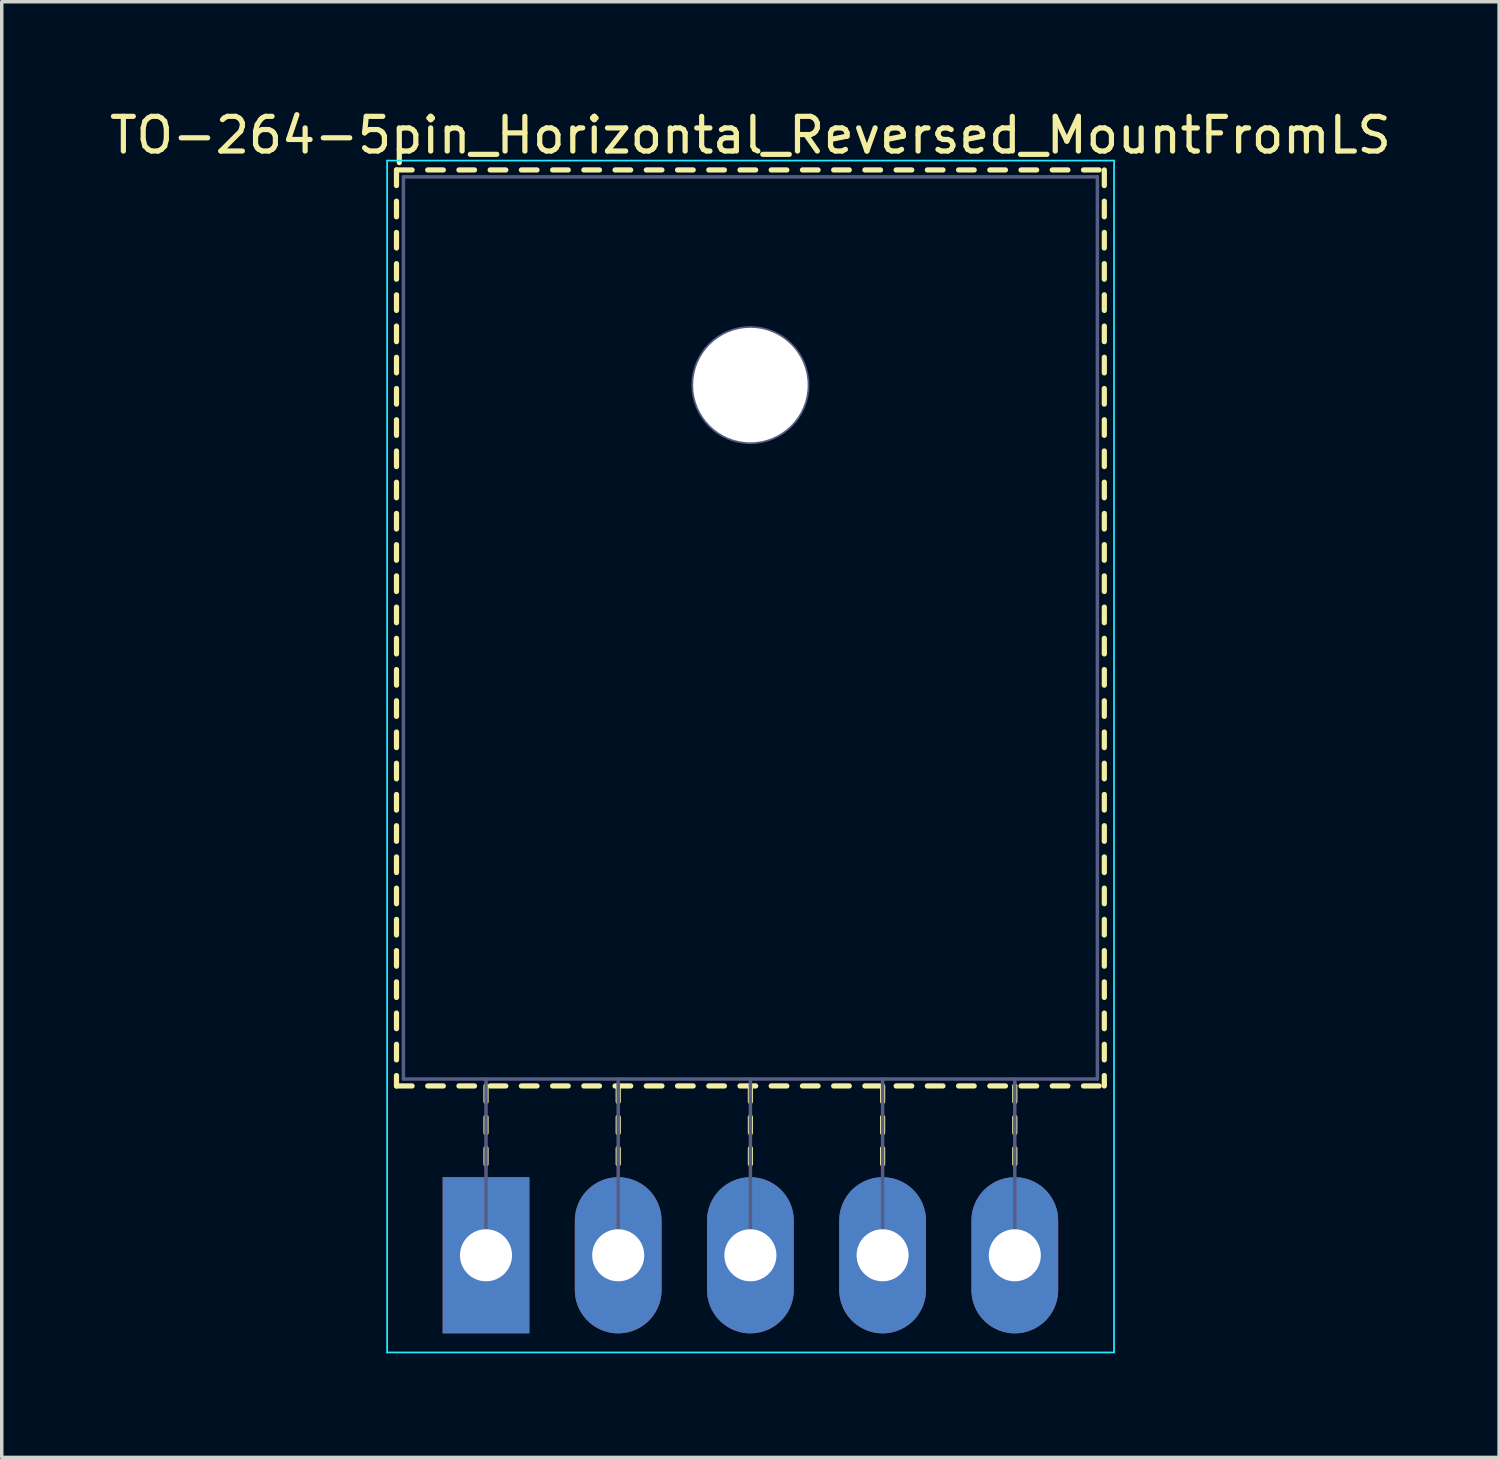
<source format=kicad_pcb>
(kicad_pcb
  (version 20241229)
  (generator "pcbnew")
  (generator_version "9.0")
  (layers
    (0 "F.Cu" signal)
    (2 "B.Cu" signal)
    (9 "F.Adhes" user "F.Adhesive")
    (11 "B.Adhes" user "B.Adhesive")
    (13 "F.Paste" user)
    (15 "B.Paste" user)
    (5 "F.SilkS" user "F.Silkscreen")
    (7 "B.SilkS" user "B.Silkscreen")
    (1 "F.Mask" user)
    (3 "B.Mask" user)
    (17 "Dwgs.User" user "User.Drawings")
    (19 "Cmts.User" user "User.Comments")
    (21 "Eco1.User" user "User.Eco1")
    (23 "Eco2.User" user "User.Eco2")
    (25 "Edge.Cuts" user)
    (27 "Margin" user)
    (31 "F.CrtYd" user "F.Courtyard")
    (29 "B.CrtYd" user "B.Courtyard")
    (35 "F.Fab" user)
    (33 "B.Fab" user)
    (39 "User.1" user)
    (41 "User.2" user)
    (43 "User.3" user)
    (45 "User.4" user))
  (footprint "TO-264-5pin_Horizontal_Reversed_MountFromLS"
    (layer "F.Cu")
    (at 10.957 33.128)
    (property "Reference" "TO-264-5pin_Horizontal_Reversed_MountFromLS" (at 7.62 -32.28 0) (layer "F.SilkS") (effects (font (size 1 1) (thickness 0.15))))
    (attr through_hole)
    (fp_line (start -2.58 -31.28) (end -2.58 -30.83) (stroke (width 0.15) (type solid)) (layer "F.SilkS"))
    (fp_line (start -2.58 -31.28) (end -2.13 -31.28) (stroke (width 0.15) (type solid)) (layer "F.SilkS"))
    (fp_line (start -2.58 -30.38) (end -2.58 -29.93) (stroke (width 0.15) (type solid)) (layer "F.SilkS"))
    (fp_line (start -2.58 -29.48) (end -2.58 -29.03) (stroke (width 0.15) (type solid)) (layer "F.SilkS"))
    (fp_line (start -2.58 -28.58) (end -2.58 -28.131) (stroke (width 0.15) (type solid)) (layer "F.SilkS"))
    (fp_line (start -2.58 -27.681) (end -2.58 -27.231) (stroke (width 0.15) (type solid)) (layer "F.SilkS"))
    (fp_line (start -2.58 -26.781) (end -2.58 -26.331) (stroke (width 0.15) (type solid)) (layer "F.SilkS"))
    (fp_line (start -2.58 -25.881) (end -2.58 -25.431) (stroke (width 0.15) (type solid)) (layer "F.SilkS"))
    (fp_line (start -2.58 -24.981) (end -2.58 -24.531) (stroke (width 0.15) (type solid)) (layer "F.SilkS"))
    (fp_line (start -2.58 -24.081) (end -2.58 -23.631) (stroke (width 0.15) (type solid)) (layer "F.SilkS"))
    (fp_line (start -2.58 -23.181) (end -2.58 -22.731) (stroke (width 0.15) (type solid)) (layer "F.SilkS"))
    (fp_line (start -2.58 -22.281) (end -2.58 -21.831) (stroke (width 0.15) (type solid)) (layer "F.SilkS"))
    (fp_line (start -2.58 -21.381) (end -2.58 -20.931) (stroke (width 0.15) (type solid)) (layer "F.SilkS"))
    (fp_line (start -2.58 -20.481) (end -2.58 -20.031) (stroke (width 0.15) (type solid)) (layer "F.SilkS"))
    (fp_line (start -2.58 -19.581) (end -2.58 -19.131) (stroke (width 0.15) (type solid)) (layer "F.SilkS"))
    (fp_line (start -2.58 -18.681) (end -2.58 -18.231) (stroke (width 0.15) (type solid)) (layer "F.SilkS"))
    (fp_line (start -2.58 -17.781) (end -2.58 -17.331) (stroke (width 0.15) (type solid)) (layer "F.SilkS"))
    (fp_line (start -2.58 -16.881) (end -2.58 -16.431) (stroke (width 0.15) (type solid)) (layer "F.SilkS"))
    (fp_line (start -2.58 -15.981) (end -2.58 -15.531) (stroke (width 0.15) (type solid)) (layer "F.SilkS"))
    (fp_line (start -2.58 -15.081) (end -2.58 -14.631) (stroke (width 0.15) (type solid)) (layer "F.SilkS"))
    (fp_line (start -2.58 -14.181) (end -2.58 -13.731) (stroke (width 0.15) (type solid)) (layer "F.SilkS"))
    (fp_line (start -2.58 -13.281) (end -2.58 -12.831) (stroke (width 0.15) (type solid)) (layer "F.SilkS"))
    (fp_line (start -2.58 -12.381) (end -2.58 -11.931) (stroke (width 0.15) (type solid)) (layer "F.SilkS"))
    (fp_line (start -2.58 -11.481) (end -2.58 -11.031) (stroke (width 0.15) (type solid)) (layer "F.SilkS"))
    (fp_line (start -2.58 -10.581) (end -2.58 -10.131) (stroke (width 0.15) (type solid)) (layer "F.SilkS"))
    (fp_line (start -2.58 -9.681) (end -2.58 -9.231) (stroke (width 0.15) (type solid)) (layer "F.SilkS"))
    (fp_line (start -2.58 -8.781) (end -2.58 -8.331) (stroke (width 0.15) (type solid)) (layer "F.SilkS"))
    (fp_line (start -2.58 -7.881) (end -2.58 -7.431) (stroke (width 0.15) (type solid)) (layer "F.SilkS"))
    (fp_line (start -2.58 -6.981) (end -2.58 -6.531) (stroke (width 0.15) (type solid)) (layer "F.SilkS"))
    (fp_line (start -2.58 -6.081) (end -2.58 -5.631) (stroke (width 0.15) (type solid)) (layer "F.SilkS"))
    (fp_line (start -2.58 -5.181) (end -2.58 -4.88) (stroke (width 0.15) (type solid)) (layer "F.SilkS"))
    (fp_line (start -2.58 -4.88) (end -2.13 -4.88) (stroke (width 0.15) (type solid)) (layer "F.SilkS"))
    (fp_line (start -1.68 -31.28) (end -1.23 -31.28) (stroke (width 0.15) (type solid)) (layer "F.SilkS"))
    (fp_line (start -1.68 -4.88) (end -1.23 -4.88) (stroke (width 0.15) (type solid)) (layer "F.SilkS"))
    (fp_line (start -0.78 -31.28) (end -0.331 -31.28) (stroke (width 0.15) (type solid)) (layer "F.SilkS"))
    (fp_line (start -0.78 -4.88) (end -0.331 -4.88) (stroke (width 0.15) (type solid)) (layer "F.SilkS"))
    (fp_line (start 0 -4.88) (end 0 -4.43) (stroke (width 0.15) (type solid)) (layer "F.SilkS"))
    (fp_line (start 0 -3.98) (end 0 -3.53) (stroke (width 0.15) (type solid)) (layer "F.SilkS"))
    (fp_line (start 0 -3.08) (end 0 -2.63) (stroke (width 0.15) (type solid)) (layer "F.SilkS"))
    (fp_line (start 0.12 -31.28) (end 0.57 -31.28) (stroke (width 0.15) (type solid)) (layer "F.SilkS"))
    (fp_line (start 0.12 -4.88) (end 0.57 -4.88) (stroke (width 0.15) (type solid)) (layer "F.SilkS"))
    (fp_line (start 1.02 -31.28) (end 1.47 -31.28) (stroke (width 0.15) (type solid)) (layer "F.SilkS"))
    (fp_line (start 1.02 -4.88) (end 1.47 -4.88) (stroke (width 0.15) (type solid)) (layer "F.SilkS"))
    (fp_line (start 1.92 -31.28) (end 2.37 -31.28) (stroke (width 0.15) (type solid)) (layer "F.SilkS"))
    (fp_line (start 1.92 -4.88) (end 2.37 -4.88) (stroke (width 0.15) (type solid)) (layer "F.SilkS"))
    (fp_line (start 2.82 -31.28) (end 3.27 -31.28) (stroke (width 0.15) (type solid)) (layer "F.SilkS"))
    (fp_line (start 2.82 -4.88) (end 3.27 -4.88) (stroke (width 0.15) (type solid)) (layer "F.SilkS"))
    (fp_line (start 3.72 -31.28) (end 4.17 -31.28) (stroke (width 0.15) (type solid)) (layer "F.SilkS"))
    (fp_line (start 3.72 -4.88) (end 4.17 -4.88) (stroke (width 0.15) (type solid)) (layer "F.SilkS"))
    (fp_line (start 3.81 -4.88) (end 3.81 -4.43) (stroke (width 0.15) (type solid)) (layer "F.SilkS"))
    (fp_line (start 3.81 -3.98) (end 3.81 -3.53) (stroke (width 0.15) (type solid)) (layer "F.SilkS"))
    (fp_line (start 3.81 -3.08) (end 3.81 -2.63) (stroke (width 0.15) (type solid)) (layer "F.SilkS"))
    (fp_line (start 4.62 -31.28) (end 5.07 -31.28) (stroke (width 0.15) (type solid)) (layer "F.SilkS"))
    (fp_line (start 4.62 -4.88) (end 5.07 -4.88) (stroke (width 0.15) (type solid)) (layer "F.SilkS"))
    (fp_line (start 5.52 -31.28) (end 5.971 -31.28) (stroke (width 0.15) (type solid)) (layer "F.SilkS"))
    (fp_line (start 5.52 -4.88) (end 5.971 -4.88) (stroke (width 0.15) (type solid)) (layer "F.SilkS"))
    (fp_line (start 6.421 -31.28) (end 6.871 -31.28) (stroke (width 0.15) (type solid)) (layer "F.SilkS"))
    (fp_line (start 6.421 -4.88) (end 6.871 -4.88) (stroke (width 0.15) (type solid)) (layer "F.SilkS"))
    (fp_line (start 7.321 -31.28) (end 7.771 -31.28) (stroke (width 0.15) (type solid)) (layer "F.SilkS"))
    (fp_line (start 7.321 -4.88) (end 7.771 -4.88) (stroke (width 0.15) (type solid)) (layer "F.SilkS"))
    (fp_line (start 7.62 -4.88) (end 7.62 -4.43) (stroke (width 0.15) (type solid)) (layer "F.SilkS"))
    (fp_line (start 7.62 -3.98) (end 7.62 -3.53) (stroke (width 0.15) (type solid)) (layer "F.SilkS"))
    (fp_line (start 7.62 -3.08) (end 7.62 -2.63) (stroke (width 0.15) (type solid)) (layer "F.SilkS"))
    (fp_line (start 8.22 -31.28) (end 8.67 -31.28) (stroke (width 0.15) (type solid)) (layer "F.SilkS"))
    (fp_line (start 8.22 -4.88) (end 8.67 -4.88) (stroke (width 0.15) (type solid)) (layer "F.SilkS"))
    (fp_line (start 9.12 -31.28) (end 9.57 -31.28) (stroke (width 0.15) (type solid)) (layer "F.SilkS"))
    (fp_line (start 9.12 -4.88) (end 9.57 -4.88) (stroke (width 0.15) (type solid)) (layer "F.SilkS"))
    (fp_line (start 10.02 -31.28) (end 10.47 -31.28) (stroke (width 0.15) (type solid)) (layer "F.SilkS"))
    (fp_line (start 10.02 -4.88) (end 10.47 -4.88) (stroke (width 0.15) (type solid)) (layer "F.SilkS"))
    (fp_line (start 10.92 -31.28) (end 11.37 -31.28) (stroke (width 0.15) (type solid)) (layer "F.SilkS"))
    (fp_line (start 10.92 -4.88) (end 11.37 -4.88) (stroke (width 0.15) (type solid)) (layer "F.SilkS"))
    (fp_line (start 11.43 -4.88) (end 11.43 -4.43) (stroke (width 0.15) (type solid)) (layer "F.SilkS"))
    (fp_line (start 11.43 -3.98) (end 11.43 -3.53) (stroke (width 0.15) (type solid)) (layer "F.SilkS"))
    (fp_line (start 11.43 -3.08) (end 11.43 -2.63) (stroke (width 0.15) (type solid)) (layer "F.SilkS"))
    (fp_line (start 11.82 -31.28) (end 12.27 -31.28) (stroke (width 0.15) (type solid)) (layer "F.SilkS"))
    (fp_line (start 11.82 -4.88) (end 12.27 -4.88) (stroke (width 0.15) (type solid)) (layer "F.SilkS"))
    (fp_line (start 12.72 -31.28) (end 13.17 -31.28) (stroke (width 0.15) (type solid)) (layer "F.SilkS"))
    (fp_line (start 12.72 -4.88) (end 13.17 -4.88) (stroke (width 0.15) (type solid)) (layer "F.SilkS"))
    (fp_line (start 13.62 -31.28) (end 14.07 -31.28) (stroke (width 0.15) (type solid)) (layer "F.SilkS"))
    (fp_line (start 13.62 -4.88) (end 14.07 -4.88) (stroke (width 0.15) (type solid)) (layer "F.SilkS"))
    (fp_line (start 14.52 -31.28) (end 14.97 -31.28) (stroke (width 0.15) (type solid)) (layer "F.SilkS"))
    (fp_line (start 14.52 -4.88) (end 14.97 -4.88) (stroke (width 0.15) (type solid)) (layer "F.SilkS"))
    (fp_line (start 15.24 -4.88) (end 15.24 -4.43) (stroke (width 0.15) (type solid)) (layer "F.SilkS"))
    (fp_line (start 15.24 -3.98) (end 15.24 -3.53) (stroke (width 0.15) (type solid)) (layer "F.SilkS"))
    (fp_line (start 15.24 -3.08) (end 15.24 -2.63) (stroke (width 0.15) (type solid)) (layer "F.SilkS"))
    (fp_line (start 15.42 -31.28) (end 15.87 -31.28) (stroke (width 0.15) (type solid)) (layer "F.SilkS"))
    (fp_line (start 15.42 -4.88) (end 15.87 -4.88) (stroke (width 0.15) (type solid)) (layer "F.SilkS"))
    (fp_line (start 16.32 -31.28) (end 16.77 -31.28) (stroke (width 0.15) (type solid)) (layer "F.SilkS"))
    (fp_line (start 16.32 -4.88) (end 16.77 -4.88) (stroke (width 0.15) (type solid)) (layer "F.SilkS"))
    (fp_line (start 17.22 -31.28) (end 17.67 -31.28) (stroke (width 0.15) (type solid)) (layer "F.SilkS"))
    (fp_line (start 17.22 -4.88) (end 17.67 -4.88) (stroke (width 0.15) (type solid)) (layer "F.SilkS"))
    (fp_line (start 17.82 -31.28) (end 17.82 -30.83) (stroke (width 0.15) (type solid)) (layer "F.SilkS"))
    (fp_line (start 17.82 -30.38) (end 17.82 -29.93) (stroke (width 0.15) (type solid)) (layer "F.SilkS"))
    (fp_line (start 17.82 -29.48) (end 17.82 -29.03) (stroke (width 0.15) (type solid)) (layer "F.SilkS"))
    (fp_line (start 17.82 -28.58) (end 17.82 -28.131) (stroke (width 0.15) (type solid)) (layer "F.SilkS"))
    (fp_line (start 17.82 -27.681) (end 17.82 -27.231) (stroke (width 0.15) (type solid)) (layer "F.SilkS"))
    (fp_line (start 17.82 -26.781) (end 17.82 -26.331) (stroke (width 0.15) (type solid)) (layer "F.SilkS"))
    (fp_line (start 17.82 -25.881) (end 17.82 -25.431) (stroke (width 0.15) (type solid)) (layer "F.SilkS"))
    (fp_line (start 17.82 -24.981) (end 17.82 -24.531) (stroke (width 0.15) (type solid)) (layer "F.SilkS"))
    (fp_line (start 17.82 -24.081) (end 17.82 -23.631) (stroke (width 0.15) (type solid)) (layer "F.SilkS"))
    (fp_line (start 17.82 -23.181) (end 17.82 -22.731) (stroke (width 0.15) (type solid)) (layer "F.SilkS"))
    (fp_line (start 17.82 -22.281) (end 17.82 -21.831) (stroke (width 0.15) (type solid)) (layer "F.SilkS"))
    (fp_line (start 17.82 -21.381) (end 17.82 -20.931) (stroke (width 0.15) (type solid)) (layer "F.SilkS"))
    (fp_line (start 17.82 -20.481) (end 17.82 -20.031) (stroke (width 0.15) (type solid)) (layer "F.SilkS"))
    (fp_line (start 17.82 -19.581) (end 17.82 -19.131) (stroke (width 0.15) (type solid)) (layer "F.SilkS"))
    (fp_line (start 17.82 -18.681) (end 17.82 -18.231) (stroke (width 0.15) (type solid)) (layer "F.SilkS"))
    (fp_line (start 17.82 -17.781) (end 17.82 -17.331) (stroke (width 0.15) (type solid)) (layer "F.SilkS"))
    (fp_line (start 17.82 -16.881) (end 17.82 -16.431) (stroke (width 0.15) (type solid)) (layer "F.SilkS"))
    (fp_line (start 17.82 -15.981) (end 17.82 -15.531) (stroke (width 0.15) (type solid)) (layer "F.SilkS"))
    (fp_line (start 17.82 -15.081) (end 17.82 -14.631) (stroke (width 0.15) (type solid)) (layer "F.SilkS"))
    (fp_line (start 17.82 -14.181) (end 17.82 -13.731) (stroke (width 0.15) (type solid)) (layer "F.SilkS"))
    (fp_line (start 17.82 -13.281) (end 17.82 -12.831) (stroke (width 0.15) (type solid)) (layer "F.SilkS"))
    (fp_line (start 17.82 -12.381) (end 17.82 -11.931) (stroke (width 0.15) (type solid)) (layer "F.SilkS"))
    (fp_line (start 17.82 -11.481) (end 17.82 -11.031) (stroke (width 0.15) (type solid)) (layer "F.SilkS"))
    (fp_line (start 17.82 -10.581) (end 17.82 -10.131) (stroke (width 0.15) (type solid)) (layer "F.SilkS"))
    (fp_line (start 17.82 -9.681) (end 17.82 -9.231) (stroke (width 0.15) (type solid)) (layer "F.SilkS"))
    (fp_line (start 17.82 -8.781) (end 17.82 -8.331) (stroke (width 0.15) (type solid)) (layer "F.SilkS"))
    (fp_line (start 17.82 -7.881) (end 17.82 -7.431) (stroke (width 0.15) (type solid)) (layer "F.SilkS"))
    (fp_line (start 17.82 -6.981) (end 17.82 -6.531) (stroke (width 0.15) (type solid)) (layer "F.SilkS"))
    (fp_line (start 17.82 -6.081) (end 17.82 -5.631) (stroke (width 0.15) (type solid)) (layer "F.SilkS"))
    (fp_line (start 17.82 -5.181) (end 17.82 -4.88) (stroke (width 0.15) (type solid)) (layer "F.SilkS"))
    (fp_line (start -2.85 -31.55) (end -2.85 2.8) (stroke (width 0.05) (type solid)) (layer "B.CrtYd"))
    (fp_line (start -2.85 2.8) (end 18.1 2.8) (stroke (width 0.05) (type solid)) (layer "B.CrtYd"))
    (fp_line (start 18.1 -31.55) (end -2.85 -31.55) (stroke (width 0.05) (type solid)) (layer "B.CrtYd"))
    (fp_line (start 18.1 2.8) (end 18.1 -31.55) (stroke (width 0.05) (type solid)) (layer "B.CrtYd"))
    (fp_line (start -2.38 -31.08) (end 17.62 -31.08) (stroke (width 0.1) (type solid)) (layer "B.Fab"))
    (fp_line (start -2.38 -5.08) (end -2.38 -31.08) (stroke (width 0.1) (type solid)) (layer "B.Fab"))
    (fp_line (start 0 -5.08) (end 0 0) (stroke (width 0.1) (type solid)) (layer "B.Fab"))
    (fp_line (start 3.81 -5.08) (end 3.81 0) (stroke (width 0.1) (type solid)) (layer "B.Fab"))
    (fp_line (start 7.62 -5.08) (end 7.62 0) (stroke (width 0.1) (type solid)) (layer "B.Fab"))
    (fp_line (start 11.43 -5.08) (end 11.43 0) (stroke (width 0.1) (type solid)) (layer "B.Fab"))
    (fp_line (start 15.24 -5.08) (end 15.24 0) (stroke (width 0.1) (type solid)) (layer "B.Fab"))
    (fp_line (start 17.62 -31.08) (end 17.62 -5.08) (stroke (width 0.1) (type solid)) (layer "B.Fab"))
    (fp_line (start 17.62 -5.08) (end -2.38 -5.08) (stroke (width 0.1) (type solid)) (layer "B.Fab"))
    (fp_circle (center 7.62 -25.08) (end 9.27 -25.08) (stroke (width 0.1) (type solid)) (fill no) (layer "B.Fab"))
    (pad "" np_thru_hole oval (at 7.62 -25.08) (size 3.3 3.3) (drill 3.3) (layers "*.Cu" "*.Mask"))
    (pad "1" thru_hole rect (at 0 0) (size 2.5 4.5) (drill 1.5) (layers "*.Cu" "*.Mask"))
    (pad "2" thru_hole oval (at 3.81 0) (size 2.5 4.5) (drill 1.5) (layers "*.Cu" "*.Mask"))
    (pad "3" thru_hole oval (at 7.62 0) (size 2.5 4.5) (drill 1.5) (layers "*.Cu" "*.Mask"))
    (pad "4" thru_hole oval (at 11.43 0) (size 2.5 4.5) (drill 1.5) (layers "*.Cu" "*.Mask"))
    (pad "5" thru_hole oval (at 15.24 0) (size 2.5 4.5) (drill 1.5) (layers "*.Cu" "*.Mask")))
  (gr_rect
    (start -3 -3)
    (end 40.155 38.953)
    (stroke (width 0.1) (type default))
    (fill no)
    (layer "Edge.Cuts")))
</source>
